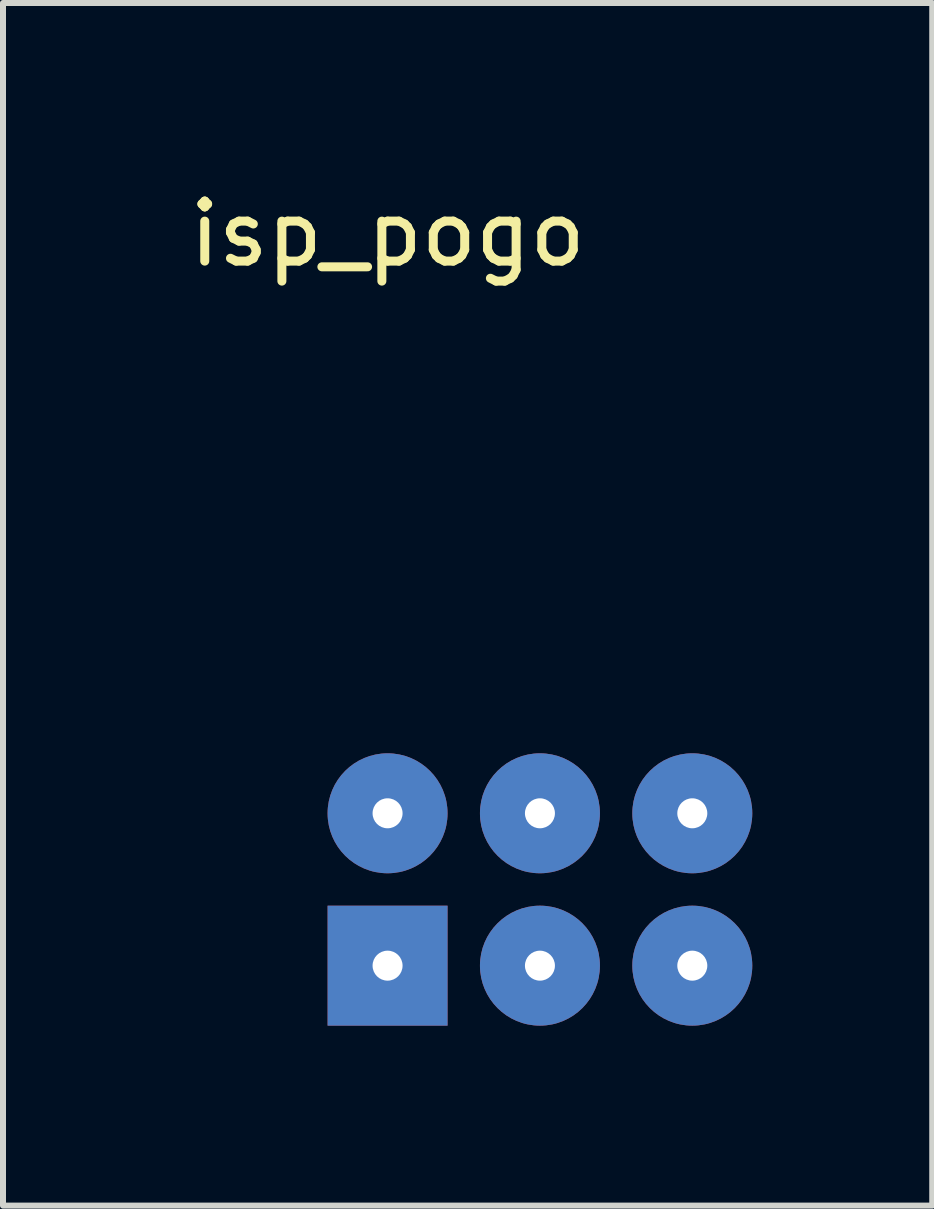
<source format=kicad_pcb>
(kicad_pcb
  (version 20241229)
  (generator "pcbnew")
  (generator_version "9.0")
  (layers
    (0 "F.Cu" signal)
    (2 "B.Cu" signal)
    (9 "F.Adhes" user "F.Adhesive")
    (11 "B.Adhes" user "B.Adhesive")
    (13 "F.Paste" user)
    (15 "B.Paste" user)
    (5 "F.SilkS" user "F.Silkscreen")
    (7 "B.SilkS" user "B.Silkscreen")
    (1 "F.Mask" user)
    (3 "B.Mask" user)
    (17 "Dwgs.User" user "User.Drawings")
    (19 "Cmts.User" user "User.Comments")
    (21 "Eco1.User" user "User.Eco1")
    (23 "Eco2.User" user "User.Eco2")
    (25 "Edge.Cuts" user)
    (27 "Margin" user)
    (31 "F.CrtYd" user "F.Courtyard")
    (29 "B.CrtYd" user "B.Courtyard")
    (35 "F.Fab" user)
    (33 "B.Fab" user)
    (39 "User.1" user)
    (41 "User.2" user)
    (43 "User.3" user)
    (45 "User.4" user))
  (footprint "isp_pogo"
    (layer "F.Cu")
    (at 3.411 13.048)
    (property "Reference" "isp_pogo" (at 0 -12.2 0) (layer "F.SilkS") (effects (font (size 1 1) (thickness 0.15))))
    (attr through_hole)
    (pad "1" thru_hole rect (at 0 0) (size 2 2) (drill 0.5) (layers "*.Cu" "*.Mask"))
    (pad "2" thru_hole circle (at 2.54 0) (size 2 2) (drill 0.5) (layers "*.Cu" "*.Mask"))
    (pad "3" thru_hole circle (at 5.08 0) (size 2 2) (drill 0.5) (layers "*.Cu" "*.Mask"))
    (pad "4" thru_hole circle (at 0 -2.54) (size 2 2) (drill 0.5) (layers "*.Cu" "*.Mask"))
    (pad "5" thru_hole circle (at 2.54 -2.54) (size 2 2) (drill 0.5) (layers "*.Cu" "*.Mask"))
    (pad "6" thru_hole circle (at 5.08 -2.54) (size 2 2) (drill 0.5) (layers "*.Cu" "*.Mask")))
  (gr_rect
    (start -3 -3)
    (end 12.491 17.048)
    (stroke (width 0.1) (type default))
    (fill no)
    (layer "Edge.Cuts")))
</source>
